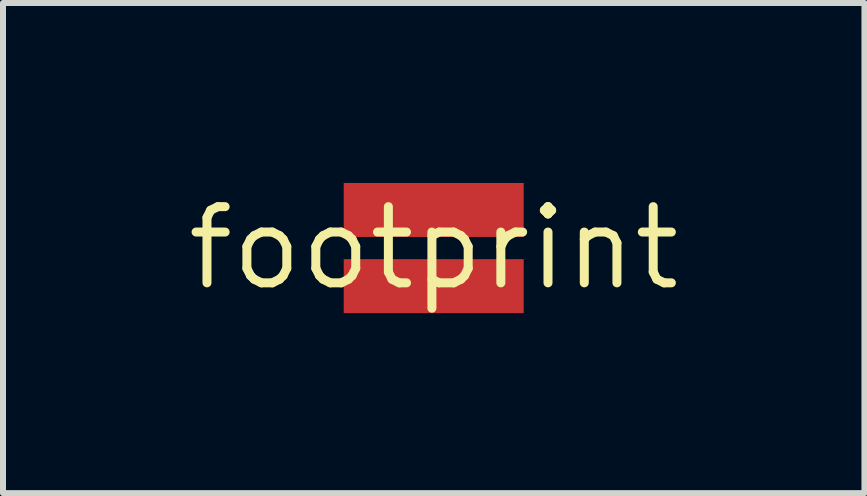
<source format=kicad_pcb>
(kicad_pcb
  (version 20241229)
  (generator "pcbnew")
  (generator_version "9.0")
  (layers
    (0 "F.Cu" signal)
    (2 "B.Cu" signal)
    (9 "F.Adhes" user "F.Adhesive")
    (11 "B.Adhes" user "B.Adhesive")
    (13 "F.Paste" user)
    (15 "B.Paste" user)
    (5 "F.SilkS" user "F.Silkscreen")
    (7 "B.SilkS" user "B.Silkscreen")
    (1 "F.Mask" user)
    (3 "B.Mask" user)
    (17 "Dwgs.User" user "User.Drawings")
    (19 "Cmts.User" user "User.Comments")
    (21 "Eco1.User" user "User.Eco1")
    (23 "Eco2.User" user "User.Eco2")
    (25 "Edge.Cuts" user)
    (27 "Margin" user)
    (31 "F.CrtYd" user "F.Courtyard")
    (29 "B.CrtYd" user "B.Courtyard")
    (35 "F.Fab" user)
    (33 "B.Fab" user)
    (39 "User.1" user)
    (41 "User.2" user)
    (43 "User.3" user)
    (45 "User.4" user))
  (footprint "footprint"
    (layer "F.Cu")
    (at 4.18 1.085)
    (property "Reference" "footprint" (at 0 0 0) (layer "F.SilkS") (effects (font (size 1.27 1.27) (thickness 0.15))))
    (pad "D+" smd rect (at 0 0.635) (size 3 0.9) (layers "F.Cu" "F.Mask"))
    (pad "D-" smd rect (at 0 -0.635) (size 3 0.9) (layers "F.Cu" "F.Mask")))
  (gr_rect
    (start -3 -3)
    (end 11.36 5.17)
    (stroke (width 0.1) (type default))
    (fill no)
    (layer "Edge.Cuts")))
</source>
